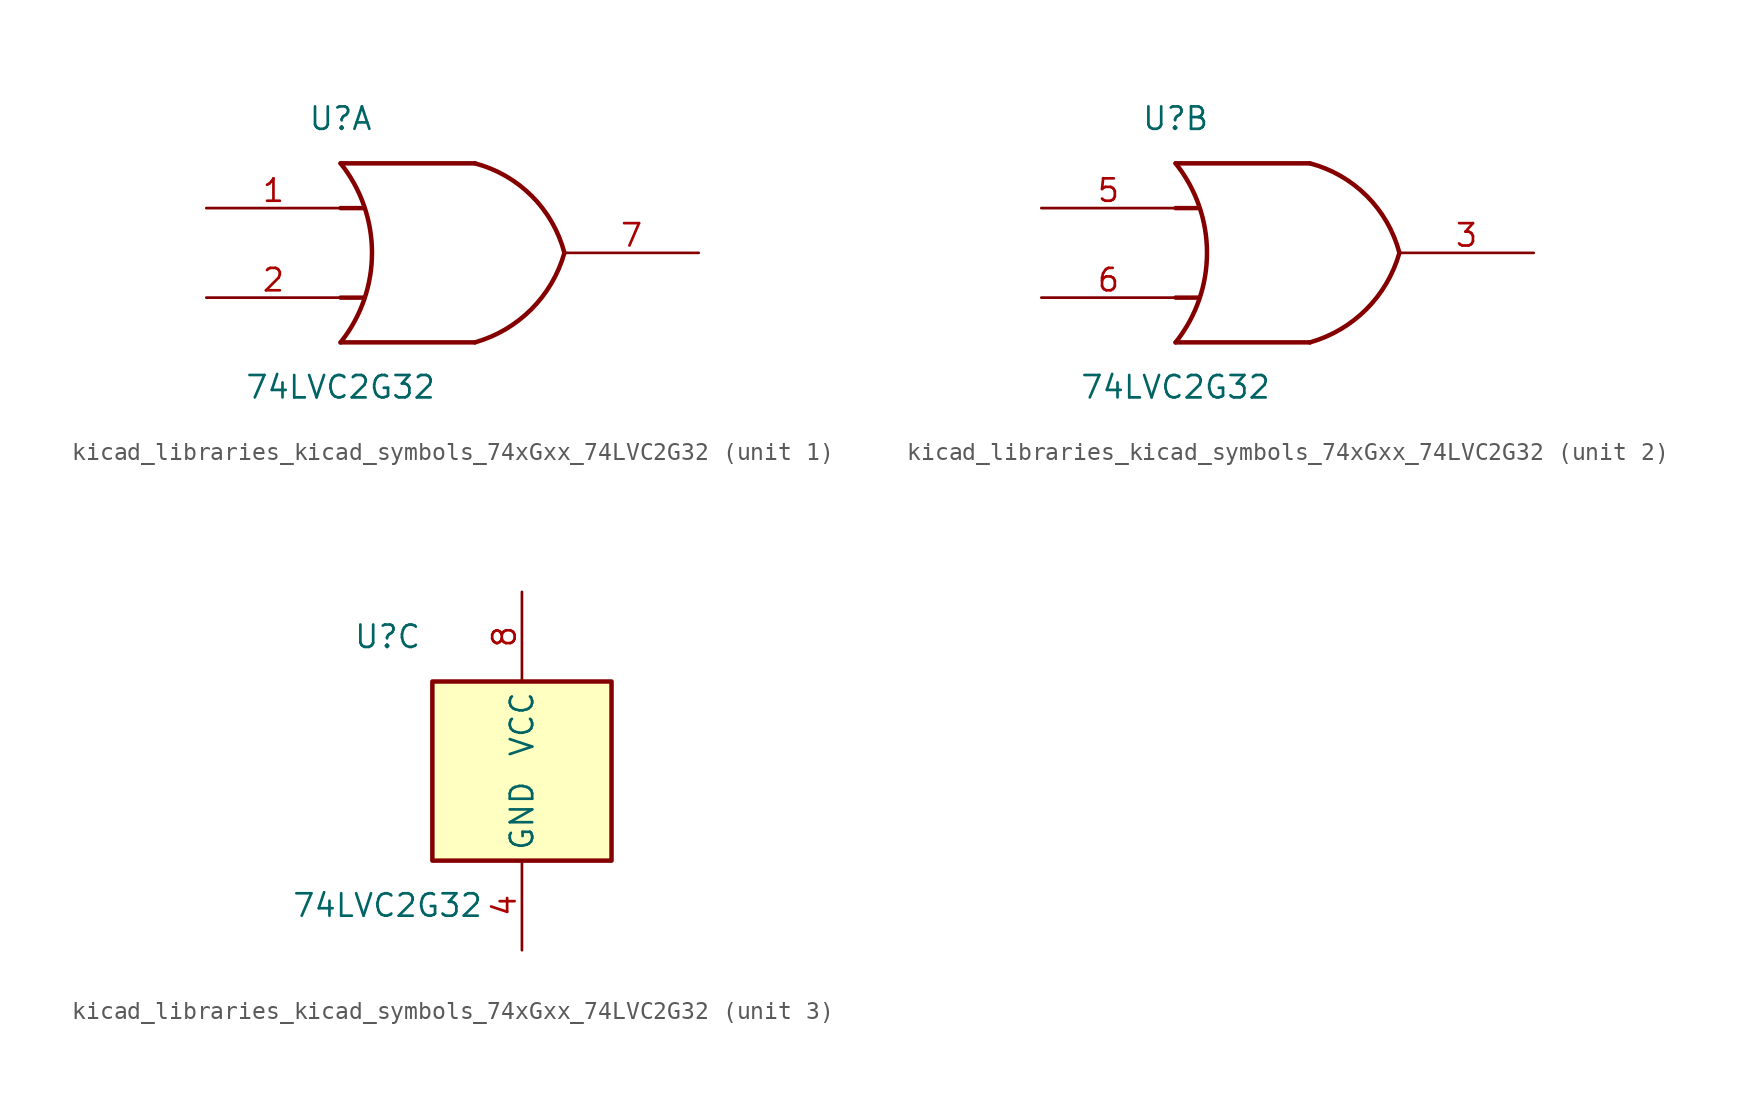
<source format=kicad_sym>
(kicad_symbol_lib
  (version 20220914)
  (generator kicad_symbol_editor)
  (symbol "kicad_libraries_kicad_symbols_74xGxx_74LVC2G32"
    (property "Reference" "U"
      (at -7.62 7.62 0)
      (effects (font (size 1.27 1.27))))
    (property "Value" "74LVC2G32"
      (at -7.62 -7.62 0)
      (effects (font (size 1.27 1.27))))
    (symbol "kicad_libraries_kicad_symbols_74xGxx_74LVC2G32_1_1"
      (arc (start -7.62 -5.08) (mid -5.838 0) (end -7.62 5.08) (stroke (width 0.254) (type default)) (fill (type none)))
      (arc (start 0 -5.08) (mid 3.1986 -3.2054) (end 5.08 0) (stroke (width 0.254) (type default)) (fill (type none)))
      (polyline (pts (xy -7.62 -2.54) (xy -6.35 -2.54)) (stroke (width 0.254) (type default)) (fill (type background)))
      (polyline (pts (xy -7.62 2.54) (xy -6.35 2.54)) (stroke (width 0.254) (type default)) (fill (type background)))
      (polyline (pts (xy 0 -5.08) (xy -7.62 -5.08)) (stroke (width 0.254) (type default)) (fill (type background)))
      (polyline (pts (xy 0 5.08) (xy -7.62 5.08)) (stroke (width 0.254) (type default)) (fill (type background)))
      (arc (start 5.08 0) (mid 3.2238 3.2304) (end 0 5.08) (stroke (width 0.254) (type default)) (fill (type none)))
      (pin input line (at -15.24 2.54 0) (length 7.62) (name "~" (effects (font (size 1.27 1.27)))) (number "1" (effects (font (size 1.27 1.27)))))
      (pin input line (at -15.24 -2.54 0) (length 7.62) (name "~" (effects (font (size 1.27 1.27)))) (number "2" (effects (font (size 1.27 1.27)))))
      (pin output line (at 12.7 0 180) (length 7.62) (name "~" (effects (font (size 1.27 1.27)))) (number "7" (effects (font (size 1.27 1.27))))))
    (symbol "kicad_libraries_kicad_symbols_74xGxx_74LVC2G32_2_1"
      (arc (start -7.62 -5.08) (mid -5.838 0) (end -7.62 5.08) (stroke (width 0.254) (type default)) (fill (type none)))
      (arc (start 0 -5.08) (mid 3.1986 -3.2054) (end 5.08 0) (stroke (width 0.254) (type default)) (fill (type none)))
      (polyline (pts (xy -7.62 -2.54) (xy -6.35 -2.54)) (stroke (width 0.254) (type default)) (fill (type background)))
      (polyline (pts (xy -7.62 2.54) (xy -6.35 2.54)) (stroke (width 0.254) (type default)) (fill (type background)))
      (polyline (pts (xy 0 -5.08) (xy -7.62 -5.08)) (stroke (width 0.254) (type default)) (fill (type background)))
      (polyline (pts (xy 0 5.08) (xy -7.62 5.08)) (stroke (width 0.254) (type default)) (fill (type background)))
      (arc (start 5.08 0) (mid 3.2238 3.2304) (end 0 5.08) (stroke (width 0.254) (type default)) (fill (type none)))
      (pin output line (at 12.7 0 180) (length 7.62) (name "~" (effects (font (size 1.27 1.27)))) (number "3" (effects (font (size 1.27 1.27)))))
      (pin input line (at -15.24 2.54 0) (length 7.62) (name "~" (effects (font (size 1.27 1.27)))) (number "5" (effects (font (size 1.27 1.27)))))
      (pin input line (at -15.24 -2.54 0) (length 7.62) (name "~" (effects (font (size 1.27 1.27)))) (number "6" (effects (font (size 1.27 1.27))))))
    (symbol "kicad_libraries_kicad_symbols_74xGxx_74LVC2G32_3_0"
      (rectangle (start -5.08 -5.08) (end 5.08 5.08) (stroke (width 0.254) (type default)) (fill (type background))))
    (symbol "kicad_libraries_kicad_symbols_74xGxx_74LVC2G32_3_1"
      (pin power_in line (at 0 -10.16 90) (length 5.08) (name "GND" (effects (font (size 1.27 1.27)))) (number "4" (effects (font (size 1.27 1.27)))))
      (pin power_in line (at 0 10.16 270) (length 5.08) (name "VCC" (effects (font (size 1.27 1.27)))) (number "8" (effects (font (size 1.27 1.27))))))))
</source>
